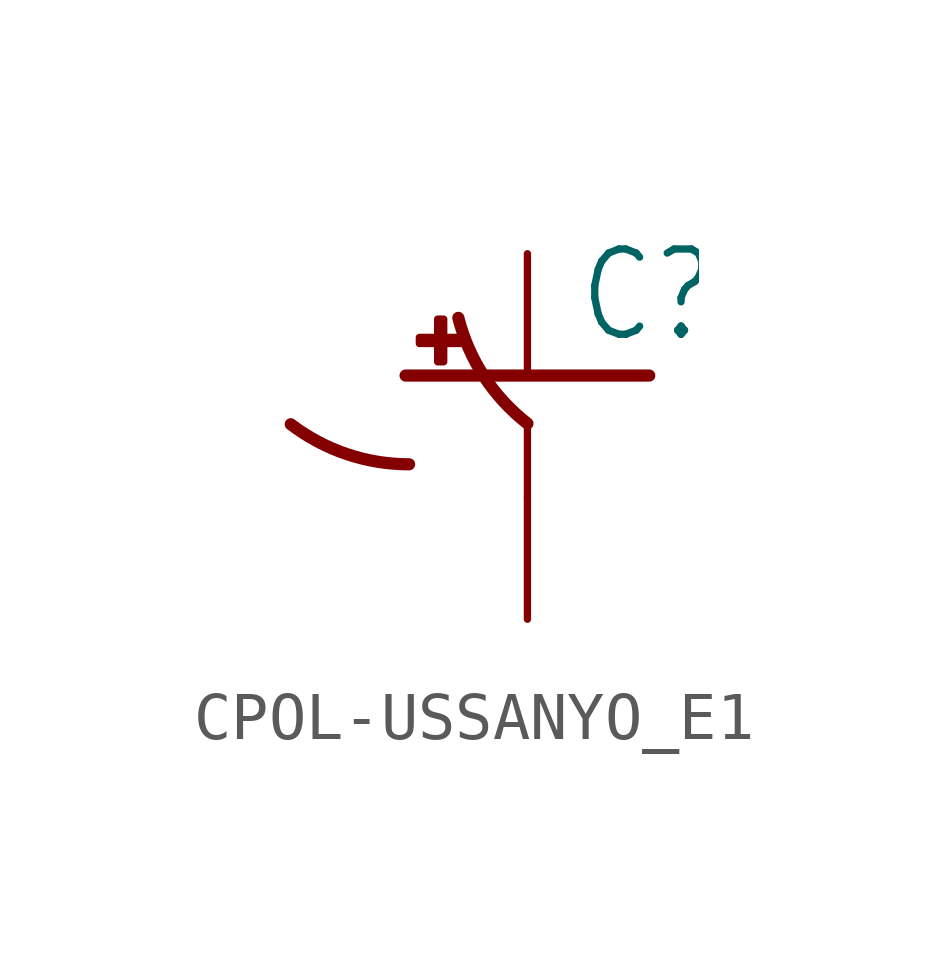
<source format=kicad_sym>
(kicad_symbol_lib
  (version 20241209)
  (generator "kicad_symbol_editor")
  (generator_version "9.0")
  (symbol "CPOL-USSANYO_E1"
    (property "Reference" "C"
      (at 1.016 0.635 0)
      (effects (font (size 1.778 1.511)) (justify left bottom)))
    (property "Value" ""
      (at 1.016 -4.191 0)
      (effects (font (size 1.778 1.511)) (justify left bottom)))
    (property "ki_locked" ""
      (at 0 0 0)
      (effects (font (size 1.27 1.27))))
    (symbol "CPOL-USSANYO_E1_1_0"
      (polyline (pts (xy -2.54 0) (xy 2.54 0)) (stroke (width 0.254) (type solid)) (fill (type none)))
      (arc (start -2.4669 -1.8504) (mid -3.7689 -1.6361) (end -4.9337 -1.0159) (stroke (width 0.254) (type solid)) (fill (type none)))
      (rectangle (start -2.253 0.668) (end -1.364 0.795) (stroke (width 0) (type default)) (fill (type outline)))
      (rectangle (start -1.872 0.287) (end -1.745 1.176) (stroke (width 0) (type default)) (fill (type outline)))
      (polyline (pts (xy 0 -1.016) (xy 0 -2.54)) (stroke (width 0.152) (type solid)) (fill (type none)))
      (arc (start 0 -1) (mid -0.9038 -0.0189) (end -1.4403 1.2025) (stroke (width 0.254) (type solid)) (fill (type none)))
      (pin passive line (at 0 2.54 270) (length 2.54) (name "+" (effects (font (size 0 0)))) (number "+" (effects (font (size 0 0)))))
      (pin passive line (at 0 -5.08 90) (length 2.54) (name "-" (effects (font (size 0 0)))) (number "-" (effects (font (size 0 0))))))))
</source>
